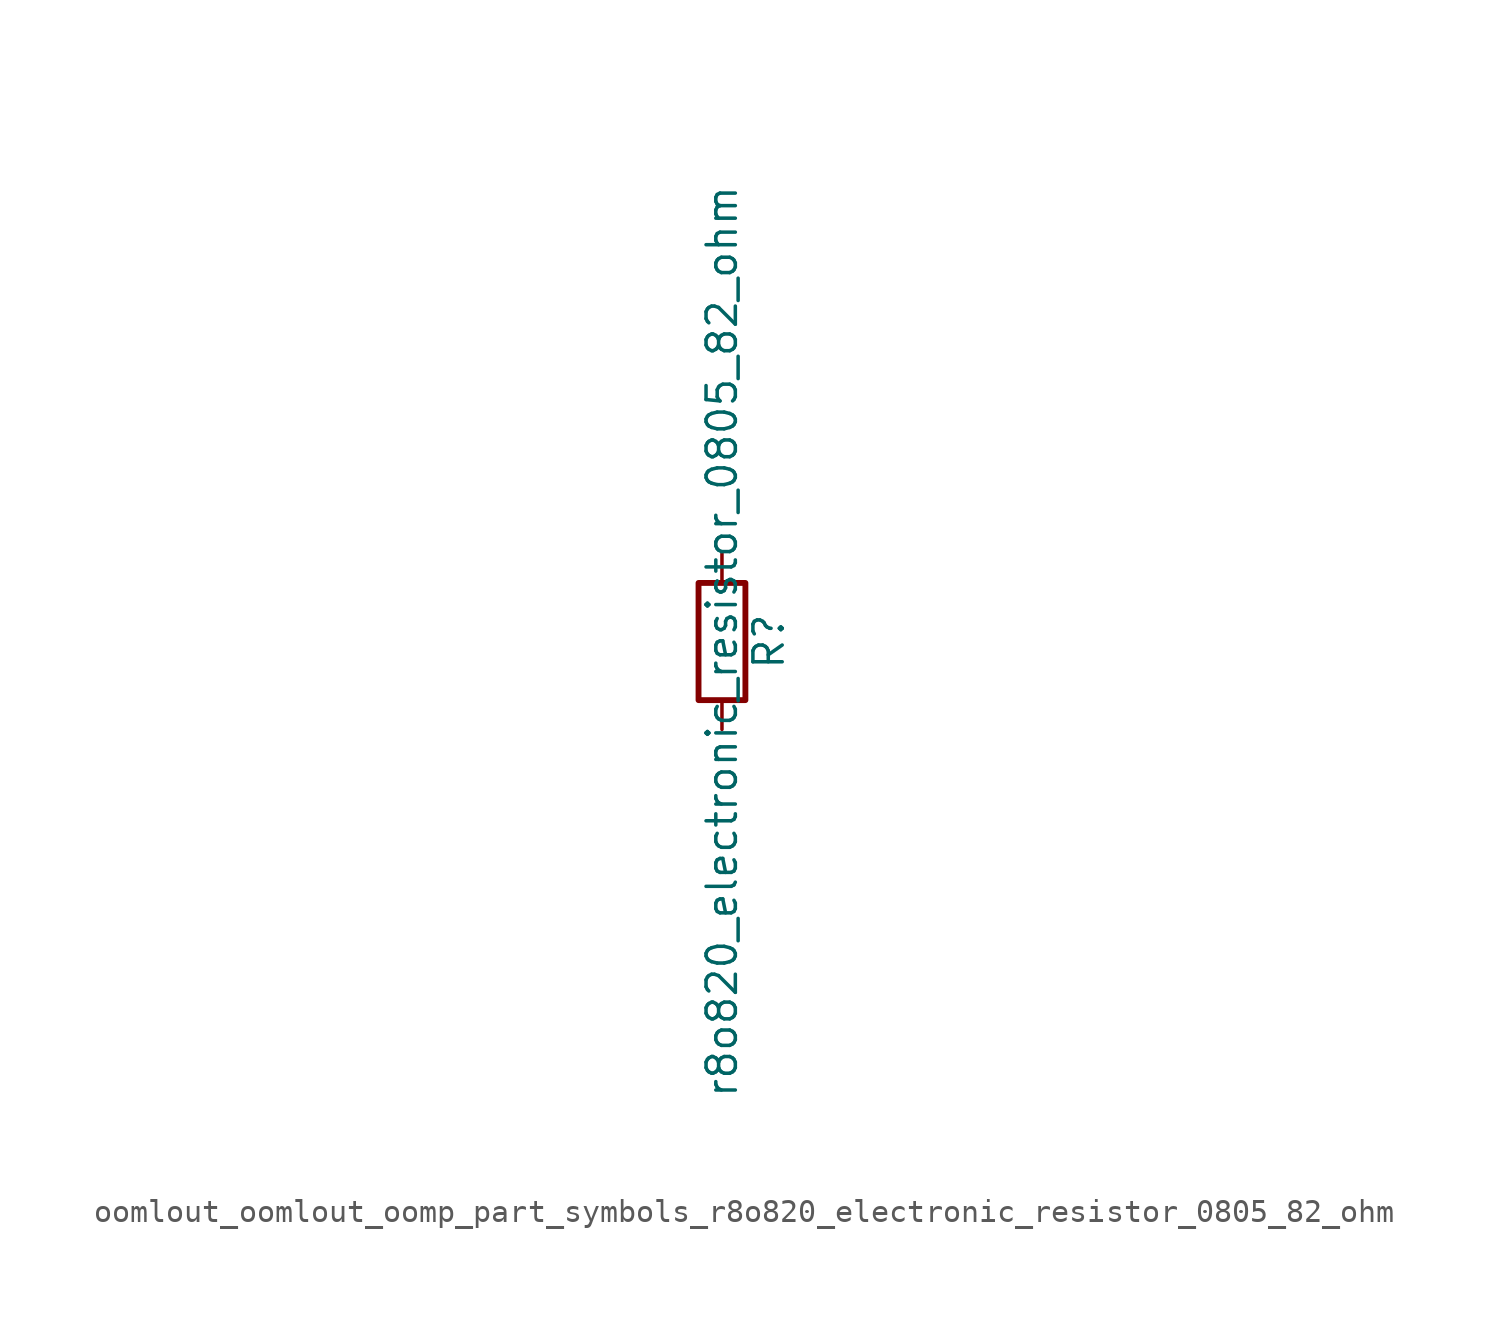
<source format=kicad_sym>
(kicad_symbol_lib
  (version 20220914)
  (generator kicad_symbol_editor)
  (symbol "oomlout_oomlout_oomp_part_symbols_r8o820_electronic_resistor_0805_82_ohm"
    (pin_numbers hide)
    (pin_names
      (offset 0))
    (property "Reference" "R"
      (at 2.032 0 90)
      (effects (font (size 1.27 1.27))))
    (property "Value" "r8o820_electronic_resistor_0805_82_ohm"
      (at 0 0 90)
      (effects (font (size 1.27 1.27))))
    (symbol "oomlout_oomlout_oomp_part_symbols_r8o820_electronic_resistor_0805_82_ohm_0_1"
      (rectangle (start -1.016 -2.54) (end 1.016 2.54) (stroke (width 0.254) (type default)) (fill (type none))))
    (symbol "oomlout_oomlout_oomp_part_symbols_r8o820_electronic_resistor_0805_82_ohm_1_1"
      (pin passive line (at 0 3.81 270) (length 1.27) (name "~" (effects (font (size 1.27 1.27)))) (number "1" (effects (font (size 1.27 1.27)))))
      (pin passive line (at 0 -3.81 90) (length 1.27) (name "~" (effects (font (size 1.27 1.27)))) (number "2" (effects (font (size 1.27 1.27))))))))
</source>
